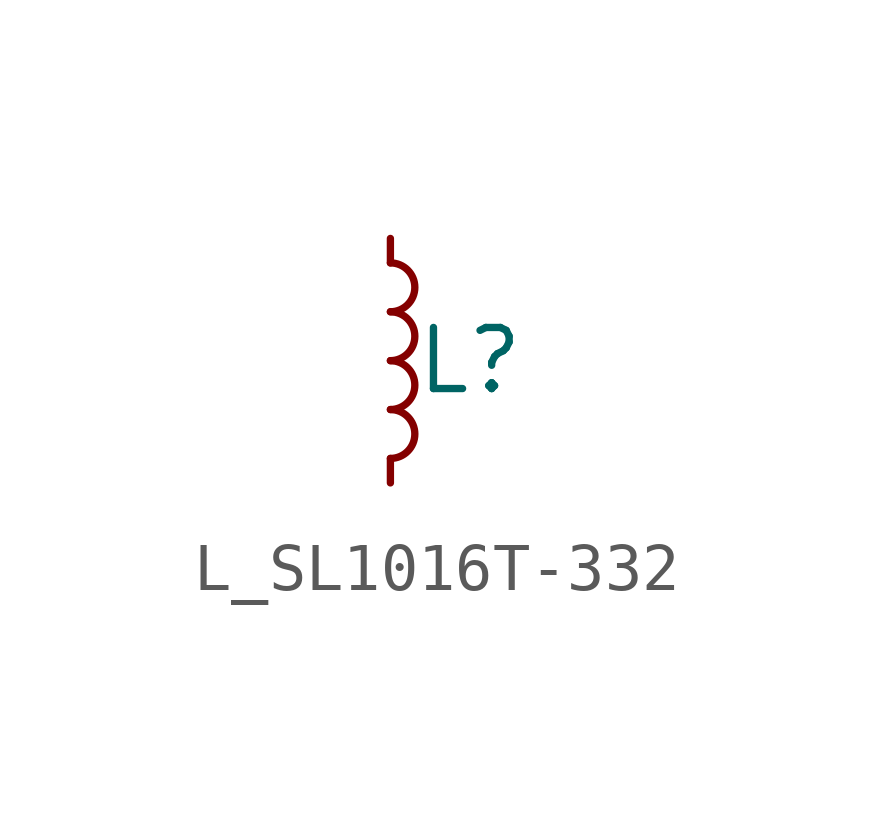
<source format=kicad_sym>
(kicad_symbol_lib
  (version 20220914)
  (generator kicad_symbol_editor)
  (symbol "L_SL1016T-332"
    (pin_numbers hide)
    (pin_names
      (offset 0.254) hide)
    (property "Reference" "L"
      (at 1.651 0 0)
      (effects (font (size 1.27 1.27))))
    (symbol "L_SL1016T-332_0_1"
      (arc (start 0 -2.032) (mid 0.5058 -1.524) (end 0 -1.016) (stroke (width 0) (type default)) (fill (type none)))
      (arc (start 0 -1.016) (mid 0.5058 -0.508) (end 0 0) (stroke (width 0) (type default)) (fill (type none)))
      (arc (start 0 0) (mid 0.5058 0.508) (end 0 1.016) (stroke (width 0) (type default)) (fill (type none)))
      (arc (start 0 1.016) (mid 0.5058 1.524) (end 0 2.032) (stroke (width 0) (type default)) (fill (type none))))
    (symbol "L_SL1016T-332_1_1"
      (pin passive line (at 0 2.54 270) (length 0.508) (name "~" (effects (font (size 1.27 1.27)))) (number "1" (effects (font (size 1.27 1.27)))))
      (pin passive line (at 0 -2.54 90) (length 0.508) (name "~" (effects (font (size 1.27 1.27)))) (number "2" (effects (font (size 1.27 1.27))))))))
</source>
